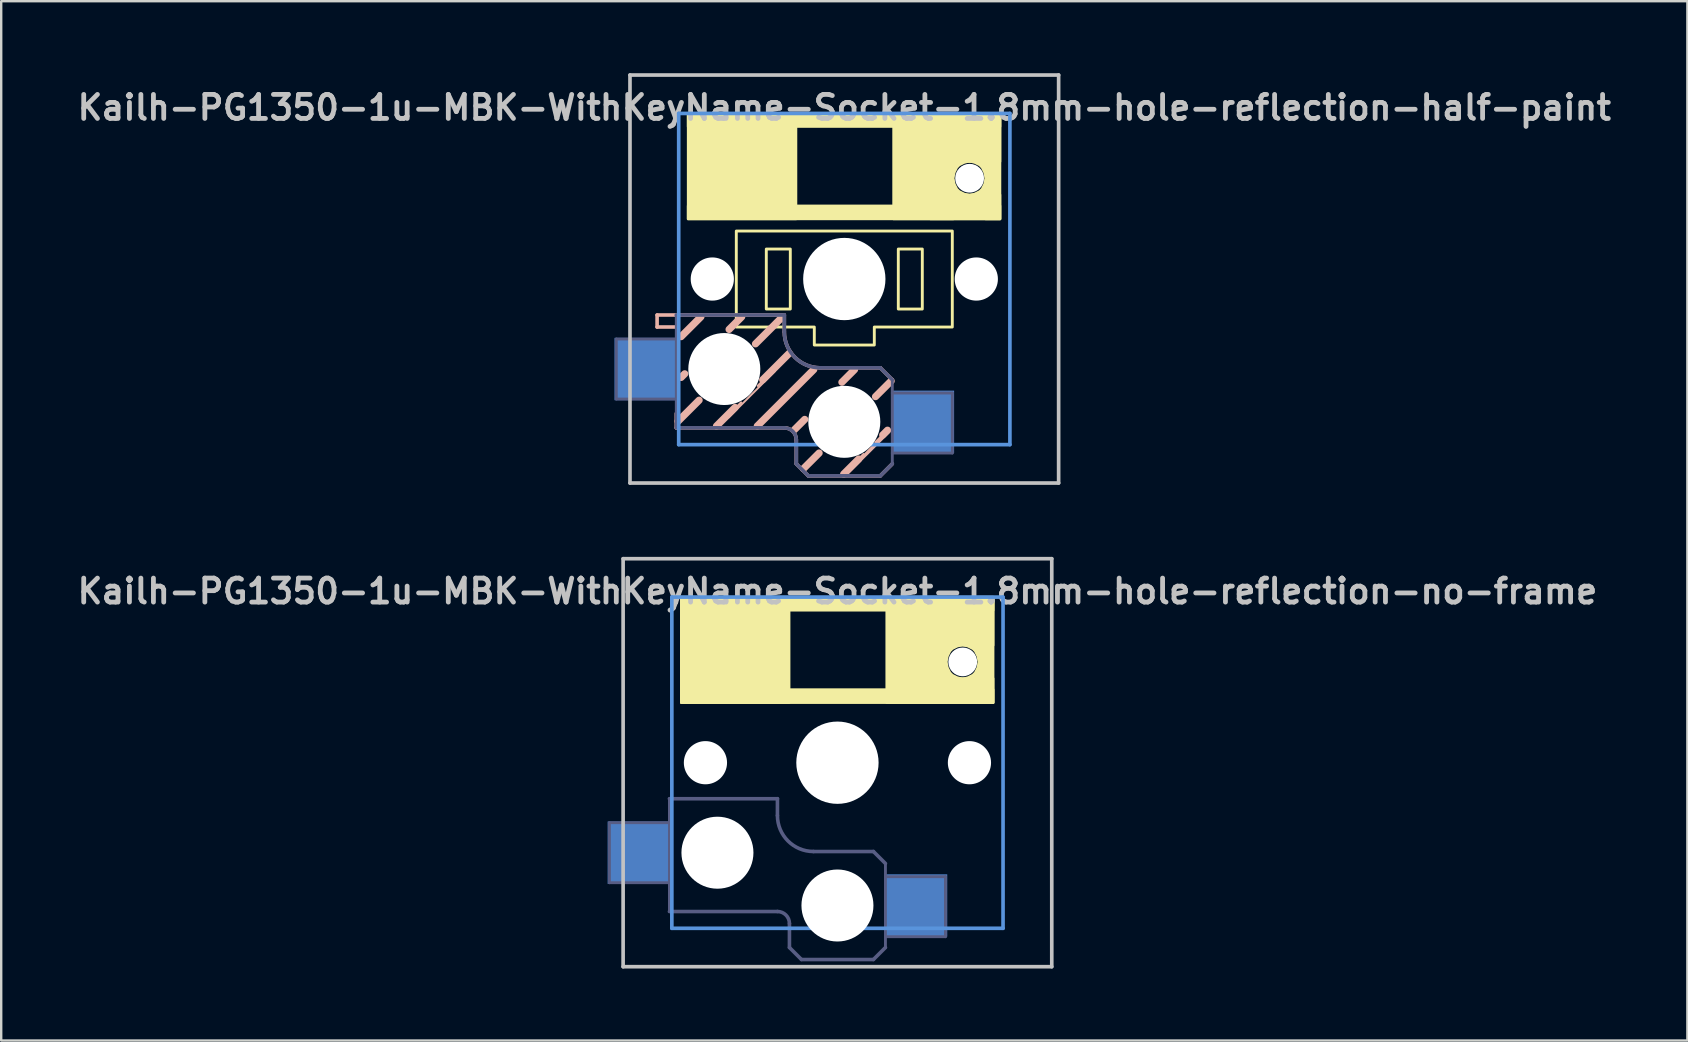
<source format=kicad_pcb>
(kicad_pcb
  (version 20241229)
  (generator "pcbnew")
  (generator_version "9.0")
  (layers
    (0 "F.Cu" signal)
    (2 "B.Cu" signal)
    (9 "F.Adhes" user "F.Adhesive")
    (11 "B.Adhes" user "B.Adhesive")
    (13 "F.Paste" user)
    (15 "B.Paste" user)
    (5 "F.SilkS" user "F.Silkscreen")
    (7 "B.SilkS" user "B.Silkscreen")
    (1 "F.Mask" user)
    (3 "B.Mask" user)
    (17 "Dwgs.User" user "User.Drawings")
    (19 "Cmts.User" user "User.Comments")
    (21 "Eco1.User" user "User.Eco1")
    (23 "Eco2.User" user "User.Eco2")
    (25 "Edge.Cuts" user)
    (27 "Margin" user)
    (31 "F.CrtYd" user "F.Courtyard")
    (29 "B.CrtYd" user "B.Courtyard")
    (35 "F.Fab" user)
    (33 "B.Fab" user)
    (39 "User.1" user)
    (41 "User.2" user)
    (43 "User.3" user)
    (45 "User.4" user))
  (footprint "Kailh-PG1350-1u-MBK-WithKeyName-Socket-1.8mm-hole-reflection-half-paint"
    (layer "F.Cu")
    (at 32.129 8.576)
    (property "Reference" "Kailh-PG1350-1u-MBK-WithKeyName-Socket-1.8mm-hole-reflection-half-paint" (at 0 -7.144 180) (layer "Dwgs.User") (effects (font (size 1 1) (thickness 0.2))))
    (attr through_hole)
    (fp_rect (start -3.25 -1.25) (end -2.25 1.25) (stroke (width 0.12) (type solid)) (fill no) (layer "F.SilkS"))
    (fp_rect (start 2.25 -1.25) (end 3.25 1.25) (stroke (width 0.12) (type solid)) (fill no) (layer "F.SilkS"))
    (fp_poly (pts (xy -2.01 -6.9) (xy -6.51 -6.9) (xy -6.51 -2.5) (xy -2.01 -2.5)) (stroke (width 0.1) (type solid)) (fill yes) (layer "F.SilkS"))
    (fp_poly (pts (xy 4.54 -6.9) (xy 2.05 -6.9) (xy 2.05 -2.5) (xy 4.54 -2.5)) (stroke (width 0.1) (type solid)) (fill yes) (layer "F.SilkS"))
    (fp_poly (pts (xy 6.49 -6.9) (xy -6.51 -6.9) (xy -6.51 -6.35) (xy 6.49 -6.35)) (stroke (width 0.1) (type solid)) (fill yes) (layer "F.SilkS"))
    (fp_poly (pts (xy 6.49 -6.9) (xy 3.59 -6.9) (xy 3.59 -4.89) (xy 6.49 -4.89)) (stroke (width 0.1) (type solid)) (fill yes) (layer "F.SilkS"))
    (fp_poly (pts (xy 6.49 -6.9) (xy 5.89 -6.9) (xy 5.89 -2.5) (xy 6.49 -2.5)) (stroke (width 0.1) (type solid)) (fill yes) (layer "F.SilkS"))
    (fp_poly (pts (xy 6.49 -3.51) (xy 3.59 -3.51) (xy 3.59 -2.5) (xy 6.49 -2.5)) (stroke (width 0.1) (type solid)) (fill yes) (layer "F.SilkS"))
    (fp_poly (pts (xy 6.49 -3.05) (xy -6.51 -3.05) (xy -6.51 -2.5) (xy 6.49 -2.5)) (stroke (width 0.1) (type solid)) (fill yes) (layer "F.SilkS"))
    (fp_poly (pts (xy 4.59 -4.45) (xy 4.69 -4.65) (xy 4.79 -4.75) (xy 4.99 -4.85) (xy 5.19 -4.9) (xy 4.54 -4.9) (xy 4.54 -4.25)) (stroke (width 0.1) (type solid)) (fill yes) (layer "F.SilkS"))
    (fp_poly (pts (xy 4.99 -3.55) (xy 4.79 -3.65) (xy 4.69 -3.75) (xy 4.59 -3.95) (xy 4.54 -4.15) (xy 4.54 -3.5) (xy 5.19 -3.5)) (stroke (width 0.1) (type solid)) (fill yes) (layer "F.SilkS"))
    (fp_poly (pts (xy 5.44 -4.85) (xy 5.64 -4.75) (xy 5.74 -4.65) (xy 5.84 -4.45) (xy 5.89 -4.25) (xy 5.89 -4.9) (xy 5.24 -4.9)) (stroke (width 0.1) (type solid)) (fill yes) (layer "F.SilkS"))
    (fp_poly (pts (xy 5.84 -3.95) (xy 5.74 -3.75) (xy 5.64 -3.65) (xy 5.44 -3.55) (xy 5.24 -3.5) (xy 5.89 -3.5) (xy 5.89 -4.15)) (stroke (width 0.1) (type solid)) (fill yes) (layer "F.SilkS"))
    (fp_poly (pts (xy 4.5 2) (xy 1.25 2) (xy 1.25 2.75) (xy -1.25 2.75) (xy -1.25 2) (xy -4.5 2) (xy -4.5 -2) (xy 4.5 -2)) (stroke (width 0.12) (type solid)) (fill no) (layer "F.SilkS"))
    (fp_line (start -7.8 1.5) (end -7.8 2) (stroke (width 0.15) (type solid)) (layer "B.SilkS"))
    (fp_line (start -7 2) (end -7.8 2) (stroke (width 0.15) (type solid)) (layer "B.SilkS"))
    (fp_line (start -7 5.6) (end -7 6.2) (stroke (width 0.15) (type solid)) (layer "B.SilkS"))
    (fp_line (start -7 6.2) (end -2.5 6.2) (stroke (width 0.15) (type solid)) (layer "B.SilkS"))
    (fp_line (start -6.925 5.925) (end -6.05 5.05) (stroke (width 0.3) (type solid)) (layer "B.SilkS"))
    (fp_line (start -6.8 2.4) (end -5.975 1.575) (stroke (width 0.3) (type solid)) (layer "B.SilkS"))
    (fp_line (start -6.8 4.1) (end -6.65 3.95) (stroke (width 0.3) (type solid)) (layer "B.SilkS"))
    (fp_line (start -5.362 6.213) (end -4.3 5.15) (stroke (width 0.1) (type solid)) (layer "B.SilkS"))
    (fp_line (start -5.325 6.125) (end -4.55 5.35) (stroke (width 0.3) (type solid)) (layer "B.SilkS"))
    (fp_line (start -4.812 5.763) (end -2.888 3.837) (stroke (width 0.08) (type solid)) (layer "B.SilkS"))
    (fp_line (start -4.8 2.1) (end -4.275 1.575) (stroke (width 0.3) (type solid)) (layer "B.SilkS"))
    (fp_line (start -3.7 2.7) (end -2.65 1.65) (stroke (width 0.3) (type solid)) (layer "B.SilkS"))
    (fp_line (start -3.625 6.125) (end -1.275 3.775) (stroke (width 0.3) (type solid)) (layer "B.SilkS"))
    (fp_line (start -3.6 4.45) (end -2.788 3.638) (stroke (width 0.1) (type solid)) (layer "B.SilkS"))
    (fp_line (start -3.4 4.2) (end -2.3 3.1) (stroke (width 0.3) (type solid)) (layer "B.SilkS"))
    (fp_line (start -2.5 1.5) (end -7.8 1.5) (stroke (width 0.15) (type solid)) (layer "B.SilkS"))
    (fp_line (start -2.5 2.2) (end -2.5 1.5) (stroke (width 0.15) (type solid)) (layer "B.SilkS"))
    (fp_line (start -2.075 6.275) (end -1.65 5.85) (stroke (width 0.3) (type solid)) (layer "B.SilkS"))
    (fp_line (start -2 6.7) (end -2 7.7) (stroke (width 0.15) (type solid)) (layer "B.SilkS"))
    (fp_line (start -1.7 7.9) (end -1.05 7.25) (stroke (width 0.3) (type solid)) (layer "B.SilkS"))
    (fp_line (start -1.5 8.2) (end -2 7.7) (stroke (width 0.15) (type solid)) (layer "B.SilkS"))
    (fp_line (start -0.1 4.3) (end 0.425 3.775) (stroke (width 0.3) (type solid)) (layer "B.SilkS"))
    (fp_line (start -0.025 8.125) (end 0.6 7.5) (stroke (width 0.3) (type solid)) (layer "B.SilkS"))
    (fp_line (start 0.037 8.062) (end 0.8 7.3) (stroke (width 0.1) (type solid)) (layer "B.SilkS"))
    (fp_line (start 0.037 8.162) (end 1.85 6.35) (stroke (width 0.15) (type solid)) (layer "B.SilkS"))
    (fp_line (start 1.3 4.9) (end 1.95 4.25) (stroke (width 0.3) (type solid)) (layer "B.SilkS"))
    (fp_line (start 1.3 6.8) (end 1.85 6.25) (stroke (width 0.1) (type solid)) (layer "B.SilkS"))
    (fp_line (start 1.5 3.7) (end -1 3.7) (stroke (width 0.15) (type solid)) (layer "B.SilkS"))
    (fp_line (start 1.5 8.2) (end -1.5 8.2) (stroke (width 0.15) (type solid)) (layer "B.SilkS"))
    (fp_line (start 1.6 6.5) (end 1.8 6.3) (stroke (width 0.3) (type solid)) (layer "B.SilkS"))
    (fp_line (start 2 4.2) (end 1.5 3.7) (stroke (width 0.15) (type solid)) (layer "B.SilkS"))
    (fp_line (start 2 7.7) (end 1.5 8.2) (stroke (width 0.15) (type solid)) (layer "B.SilkS"))
    (fp_arc (start -2.5 6.2) (mid -2.146447 6.346447) (end -2 6.7) (stroke (width 0.15) (type solid)) (layer "B.SilkS"))
    (fp_arc (start -1 3.7) (mid -2.06066 3.26066) (end -2.5 2.2) (stroke (width 0.15) (type solid)) (layer "B.SilkS"))
    (fp_line (start -8.93 -8.5) (end 8.93 -8.5) (stroke (width 0.152) (type solid)) (layer "Dwgs.User"))
    (fp_line (start -8.93 8.5) (end -8.93 -8.5) (stroke (width 0.152) (type solid)) (layer "Dwgs.User"))
    (fp_line (start 8.93 -8.5) (end 8.93 8.5) (stroke (width 0.152) (type solid)) (layer "Dwgs.User"))
    (fp_line (start 8.93 8.5) (end -8.93 8.5) (stroke (width 0.152) (type solid)) (layer "Dwgs.User"))
    (fp_line (start -6.9 -6.9) (end 6.9 -6.9) (stroke (width 0.152) (type solid)) (layer "Cmts.User"))
    (fp_line (start -6.9 6.9) (end -6.9 -6.9) (stroke (width 0.152) (type solid)) (layer "Cmts.User"))
    (fp_line (start 6.9 -6.9) (end 6.9 6.9) (stroke (width 0.152) (type solid)) (layer "Cmts.User"))
    (fp_line (start 6.9 6.9) (end -6.9 6.9) (stroke (width 0.152) (type solid)) (layer "Cmts.User"))
    (fp_line (start -7.5 -7.5) (end 7.5 -7.5) (stroke (width 0.152) (type solid)) (layer "Eco2.User"))
    (fp_line (start -7.5 7.5) (end -7.5 -7.5) (stroke (width 0.152) (type solid)) (layer "Eco2.User"))
    (fp_line (start -2.6 -3.1) (end -2.6 -6.3) (stroke (width 0.15) (type solid)) (layer "Eco2.User"))
    (fp_line (start -2.6 -3.1) (end 2.6 -3.1) (stroke (width 0.15) (type solid)) (layer "Eco2.User"))
    (fp_line (start 2.6 -6.3) (end -2.6 -6.3) (stroke (width 0.15) (type solid)) (layer "Eco2.User"))
    (fp_line (start 2.6 -3.1) (end 2.6 -6.3) (stroke (width 0.15) (type solid)) (layer "Eco2.User"))
    (fp_line (start 7.5 -7.5) (end 7.5 7.5) (stroke (width 0.152) (type solid)) (layer "Eco2.User"))
    (fp_line (start 7.5 7.5) (end -7.5 7.5) (stroke (width 0.152) (type solid)) (layer "Eco2.User"))
    (fp_line (start -9.5 2.5) (end -7 2.5) (stroke (width 0.12) (type solid)) (layer "B.Fab"))
    (fp_line (start -9.5 5) (end -9.5 2.5) (stroke (width 0.12) (type solid)) (layer "B.Fab"))
    (fp_line (start -7 1.5) (end -7 6.2) (stroke (width 0.12) (type solid)) (layer "B.Fab"))
    (fp_line (start -7 5) (end -9.5 5) (stroke (width 0.12) (type solid)) (layer "B.Fab"))
    (fp_line (start -7 6.2) (end -2.5 6.2) (stroke (width 0.15) (type solid)) (layer "B.Fab"))
    (fp_line (start -2.5 1.5) (end -7 1.5) (stroke (width 0.15) (type solid)) (layer "B.Fab"))
    (fp_line (start -2.5 2.2) (end -2.5 1.5) (stroke (width 0.15) (type solid)) (layer "B.Fab"))
    (fp_line (start -2 6.7) (end -2 7.7) (stroke (width 0.15) (type solid)) (layer "B.Fab"))
    (fp_line (start -1.5 8.2) (end -2 7.7) (stroke (width 0.15) (type solid)) (layer "B.Fab"))
    (fp_line (start 1.5 3.7) (end -1 3.7) (stroke (width 0.15) (type solid)) (layer "B.Fab"))
    (fp_line (start 1.5 8.2) (end -1.5 8.2) (stroke (width 0.15) (type solid)) (layer "B.Fab"))
    (fp_line (start 2 4.2) (end 1.5 3.7) (stroke (width 0.15) (type solid)) (layer "B.Fab"))
    (fp_line (start 2 4.25) (end 2 7.7) (stroke (width 0.12) (type solid)) (layer "B.Fab"))
    (fp_line (start 2 4.75) (end 4.5 4.75) (stroke (width 0.12) (type solid)) (layer "B.Fab"))
    (fp_line (start 2 7.7) (end 1.5 8.2) (stroke (width 0.15) (type solid)) (layer "B.Fab"))
    (fp_line (start 4.5 4.75) (end 4.5 7.25) (stroke (width 0.12) (type solid)) (layer "B.Fab"))
    (fp_line (start 4.5 7.25) (end 2 7.25) (stroke (width 0.12) (type solid)) (layer "B.Fab"))
    (fp_arc (start -2.5 6.2) (mid -2.146447 6.346447) (end -2 6.7) (stroke (width 0.15) (type solid)) (layer "B.Fab"))
    (fp_arc (start -1 3.7) (mid -2.06066 3.26066) (end -2.5 2.2) (stroke (width 0.15) (type solid)) (layer "B.Fab"))
    (pad "" np_thru_hole circle (at -5.5 0 180) (size 1.8 1.8) (drill 1.8) (layers "*.Cu" "*.Mask"))
    (pad "" np_thru_hole circle (at -5 3.75) (size 3 3) (drill 3) (layers "*.Cu" "*.Mask"))
    (pad "" np_thru_hole circle (at 0 0) (size 3.429 3.429) (drill 3.429) (layers "*.Cu" "*.Mask"))
    (pad "" np_thru_hole circle (at 0 5.95) (size 3 3) (drill 3) (layers "*.Cu" "*.Mask"))
    (pad "" np_thru_hole circle (at 5.22 -4.2 180) (size 1.2 1.2) (drill 1.2) (layers "*.Cu" "*.Mask"))
    (pad "" np_thru_hole circle (at 5.5 0 180) (size 1.8 1.8) (drill 1.8) (layers "*.Cu" "*.Mask"))
    (pad "1" smd rect (at 3.275 5.95) (size 2.6 2.6) (layers "B.Cu" "B.Mask" "B.Paste"))
    (pad "2" smd rect (at -8.275 3.75) (size 2.6 2.6) (layers "B.Cu" "B.Mask" "B.Paste")))
  (footprint "Kailh-PG1350-1u-MBK-WithKeyName-Socket-1.8mm-hole-reflection-no-frame"
    (layer "F.Cu")
    (at 31.843 28.729)
    (property "Reference" "Kailh-PG1350-1u-MBK-WithKeyName-Socket-1.8mm-hole-reflection-no-frame" (at 0 -7.144 180) (layer "Dwgs.User") (effects (font (size 1 1) (thickness 0.2))))
    (attr through_hole)
    (fp_poly (pts (xy -2.01 -6.9) (xy -6.51 -6.9) (xy -6.51 -2.5) (xy -2.01 -2.5)) (stroke (width 0.1) (type solid)) (fill yes) (layer "F.SilkS"))
    (fp_poly (pts (xy 4.54 -6.9) (xy 2.05 -6.9) (xy 2.05 -2.5) (xy 4.54 -2.5)) (stroke (width 0.1) (type solid)) (fill yes) (layer "F.SilkS"))
    (fp_poly (pts (xy 6.49 -6.9) (xy -6.51 -6.9) (xy -6.51 -6.35) (xy 6.49 -6.35)) (stroke (width 0.1) (type solid)) (fill yes) (layer "F.SilkS"))
    (fp_poly (pts (xy 6.49 -6.9) (xy 3.59 -6.9) (xy 3.59 -4.89) (xy 6.49 -4.89)) (stroke (width 0.1) (type solid)) (fill yes) (layer "F.SilkS"))
    (fp_poly (pts (xy 6.49 -6.9) (xy 5.89 -6.9) (xy 5.89 -2.5) (xy 6.49 -2.5)) (stroke (width 0.1) (type solid)) (fill yes) (layer "F.SilkS"))
    (fp_poly (pts (xy 6.49 -3.51) (xy 3.59 -3.51) (xy 3.59 -2.5) (xy 6.49 -2.5)) (stroke (width 0.1) (type solid)) (fill yes) (layer "F.SilkS"))
    (fp_poly (pts (xy 6.49 -3.05) (xy -6.51 -3.05) (xy -6.51 -2.5) (xy 6.49 -2.5)) (stroke (width 0.1) (type solid)) (fill yes) (layer "F.SilkS"))
    (fp_poly (pts (xy 4.59 -4.45) (xy 4.69 -4.65) (xy 4.79 -4.75) (xy 4.99 -4.85) (xy 5.19 -4.9) (xy 4.54 -4.9) (xy 4.54 -4.25)) (stroke (width 0.1) (type solid)) (fill yes) (layer "F.SilkS"))
    (fp_poly (pts (xy 4.99 -3.55) (xy 4.79 -3.65) (xy 4.69 -3.75) (xy 4.59 -3.95) (xy 4.54 -4.15) (xy 4.54 -3.5) (xy 5.19 -3.5)) (stroke (width 0.1) (type solid)) (fill yes) (layer "F.SilkS"))
    (fp_poly (pts (xy 5.44 -4.85) (xy 5.64 -4.75) (xy 5.74 -4.65) (xy 5.84 -4.45) (xy 5.89 -4.25) (xy 5.89 -4.9) (xy 5.24 -4.9)) (stroke (width 0.1) (type solid)) (fill yes) (layer "F.SilkS"))
    (fp_poly (pts (xy 5.84 -3.95) (xy 5.74 -3.75) (xy 5.64 -3.65) (xy 5.44 -3.55) (xy 5.24 -3.5) (xy 5.89 -3.5) (xy 5.89 -4.15)) (stroke (width 0.1) (type solid)) (fill yes) (layer "F.SilkS"))
    (fp_line (start -8.93 -8.5) (end 8.93 -8.5) (stroke (width 0.152) (type solid)) (layer "Dwgs.User"))
    (fp_line (start -8.93 8.5) (end -8.93 -8.5) (stroke (width 0.152) (type solid)) (layer "Dwgs.User"))
    (fp_line (start 8.93 -8.5) (end 8.93 8.5) (stroke (width 0.152) (type solid)) (layer "Dwgs.User"))
    (fp_line (start 8.93 8.5) (end -8.93 8.5) (stroke (width 0.152) (type solid)) (layer "Dwgs.User"))
    (fp_line (start -6.9 -6.9) (end 6.9 -6.9) (stroke (width 0.152) (type solid)) (layer "Cmts.User"))
    (fp_line (start -6.9 6.9) (end -6.9 -6.9) (stroke (width 0.152) (type solid)) (layer "Cmts.User"))
    (fp_line (start 6.9 -6.9) (end 6.9 6.9) (stroke (width 0.152) (type solid)) (layer "Cmts.User"))
    (fp_line (start 6.9 6.9) (end -6.9 6.9) (stroke (width 0.152) (type solid)) (layer "Cmts.User"))
    (fp_line (start -7.5 -7.5) (end 7.5 -7.5) (stroke (width 0.152) (type solid)) (layer "Eco2.User"))
    (fp_line (start -7.5 7.5) (end -7.5 -7.5) (stroke (width 0.152) (type solid)) (layer "Eco2.User"))
    (fp_line (start -2.6 -3.1) (end -2.6 -6.3) (stroke (width 0.15) (type solid)) (layer "Eco2.User"))
    (fp_line (start -2.6 -3.1) (end 2.6 -3.1) (stroke (width 0.15) (type solid)) (layer "Eco2.User"))
    (fp_line (start 2.6 -6.3) (end -2.6 -6.3) (stroke (width 0.15) (type solid)) (layer "Eco2.User"))
    (fp_line (start 2.6 -3.1) (end 2.6 -6.3) (stroke (width 0.15) (type solid)) (layer "Eco2.User"))
    (fp_line (start 7.5 -7.5) (end 7.5 7.5) (stroke (width 0.152) (type solid)) (layer "Eco2.User"))
    (fp_line (start 7.5 7.5) (end -7.5 7.5) (stroke (width 0.152) (type solid)) (layer "Eco2.User"))
    (fp_line (start -9.5 2.5) (end -7 2.5) (stroke (width 0.12) (type solid)) (layer "B.Fab"))
    (fp_line (start -9.5 5) (end -9.5 2.5) (stroke (width 0.12) (type solid)) (layer "B.Fab"))
    (fp_line (start -7 1.5) (end -7 6.2) (stroke (width 0.12) (type solid)) (layer "B.Fab"))
    (fp_line (start -7 5) (end -9.5 5) (stroke (width 0.12) (type solid)) (layer "B.Fab"))
    (fp_line (start -7 6.2) (end -2.5 6.2) (stroke (width 0.15) (type solid)) (layer "B.Fab"))
    (fp_line (start -2.5 1.5) (end -7 1.5) (stroke (width 0.15) (type solid)) (layer "B.Fab"))
    (fp_line (start -2.5 2.2) (end -2.5 1.5) (stroke (width 0.15) (type solid)) (layer "B.Fab"))
    (fp_line (start -2 6.7) (end -2 7.7) (stroke (width 0.15) (type solid)) (layer "B.Fab"))
    (fp_line (start -1.5 8.2) (end -2 7.7) (stroke (width 0.15) (type solid)) (layer "B.Fab"))
    (fp_line (start 1.5 3.7) (end -1 3.7) (stroke (width 0.15) (type solid)) (layer "B.Fab"))
    (fp_line (start 1.5 8.2) (end -1.5 8.2) (stroke (width 0.15) (type solid)) (layer "B.Fab"))
    (fp_line (start 2 4.2) (end 1.5 3.7) (stroke (width 0.15) (type solid)) (layer "B.Fab"))
    (fp_line (start 2 4.25) (end 2 7.7) (stroke (width 0.12) (type solid)) (layer "B.Fab"))
    (fp_line (start 2 4.75) (end 4.5 4.75) (stroke (width 0.12) (type solid)) (layer "B.Fab"))
    (fp_line (start 2 7.7) (end 1.5 8.2) (stroke (width 0.15) (type solid)) (layer "B.Fab"))
    (fp_line (start 4.5 4.75) (end 4.5 7.25) (stroke (width 0.12) (type solid)) (layer "B.Fab"))
    (fp_line (start 4.5 7.25) (end 2 7.25) (stroke (width 0.12) (type solid)) (layer "B.Fab"))
    (fp_arc (start -2.5 6.2) (mid -2.146447 6.346447) (end -2 6.7) (stroke (width 0.15) (type solid)) (layer "B.Fab"))
    (fp_arc (start -1 3.7) (mid -2.06066 3.26066) (end -2.5 2.2) (stroke (width 0.15) (type solid)) (layer "B.Fab"))
    (pad "" np_thru_hole circle (at -5.5 0 180) (size 1.8 1.8) (drill 1.8) (layers "*.Cu" "*.Mask"))
    (pad "" np_thru_hole circle (at -5 3.75) (size 3 3) (drill 3) (layers "*.Cu" "*.Mask"))
    (pad "" np_thru_hole circle (at 0 0) (size 3.429 3.429) (drill 3.429) (layers "*.Cu" "*.Mask"))
    (pad "" np_thru_hole circle (at 0 5.95) (size 3 3) (drill 3) (layers "*.Cu" "*.Mask"))
    (pad "" np_thru_hole circle (at 5.22 -4.2 180) (size 1.2 1.2) (drill 1.2) (layers "*.Cu" "*.Mask"))
    (pad "" np_thru_hole circle (at 5.5 0 180) (size 1.8 1.8) (drill 1.8) (layers "*.Cu" "*.Mask"))
    (pad "1" smd rect (at 3.275 5.95) (size 2.6 2.6) (layers "B.Cu" "B.Mask" "B.Paste"))
    (pad "2" smd rect (at -8.275 3.75) (size 2.6 2.6) (layers "B.Cu" "B.Mask" "B.Paste")))
  (gr_rect
    (start -3 -3)
    (end 67.257 40.305)
    (stroke (width 0.1) (type default))
    (fill no)
    (layer "Edge.Cuts")))
</source>
